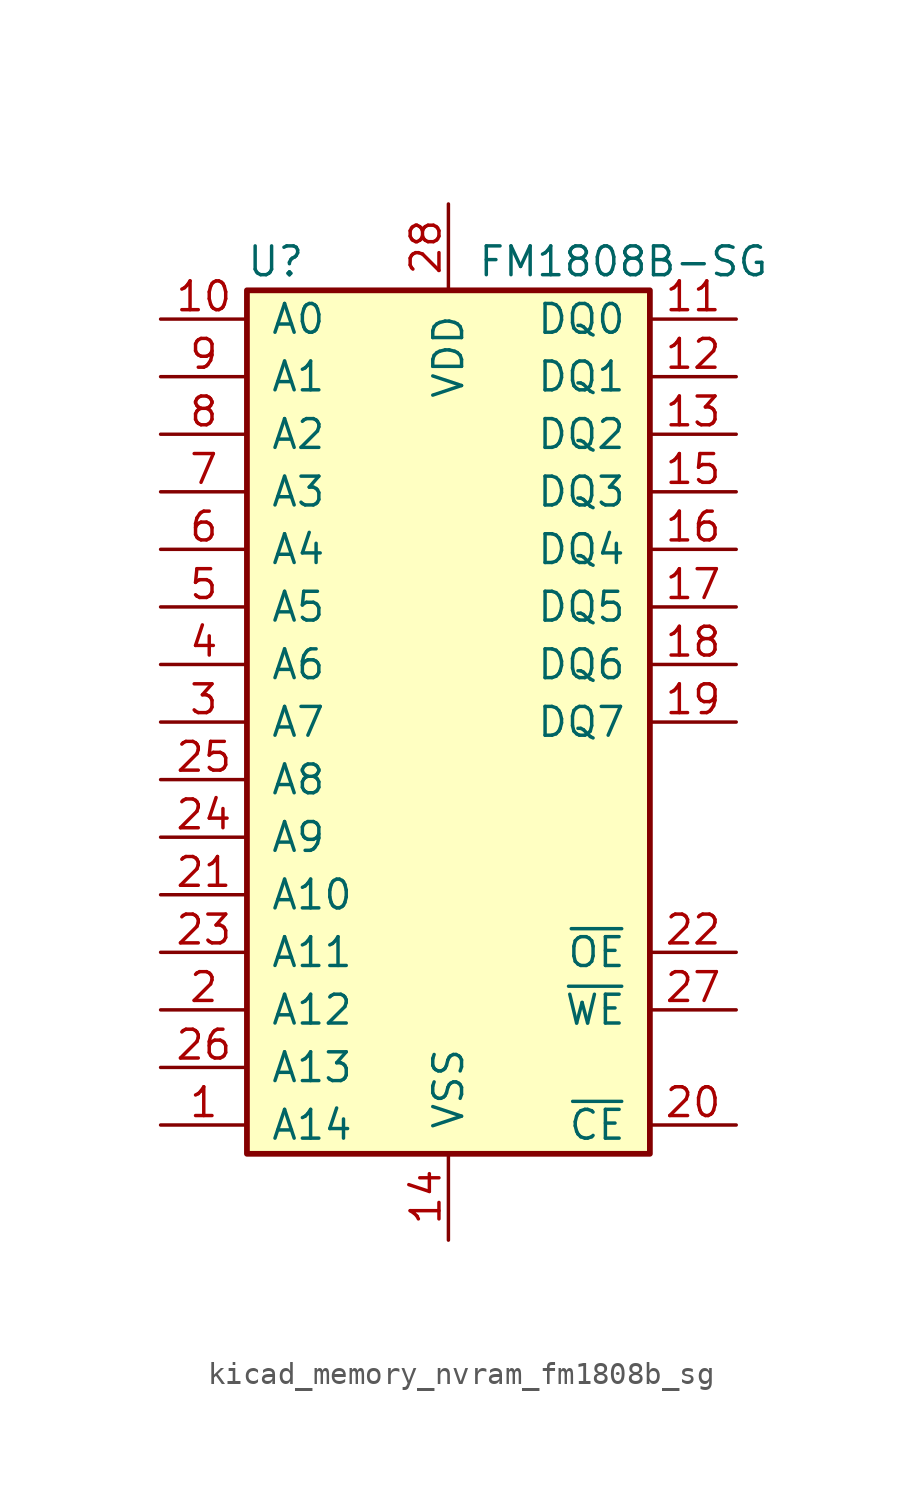
<source format=kicad_sym>
(kicad_symbol_lib
  (version 20220914)
  (generator kicad_symbol_editor)
  (symbol "kicad_memory_nvram_fm1808b_sg"
    (pin_names
      (offset 1.016))
    (property "Reference" "U"
      (at -7.62 20.32 0)
      (effects (font (size 1.27 1.27))))
    (property "Value" "FM1808B-SG"
      (at 1.27 20.32 0)
      (effects (font (size 1.27 1.27)) (justify left)))
    (symbol "kicad_memory_nvram_fm1808b_sg_0_1"
      (rectangle (start -8.89 19.05) (end 8.89 -19.05) (stroke (width 0.254) (type default)) (fill (type background))))
    (symbol "kicad_memory_nvram_fm1808b_sg_1_1"
      (pin input line (at -12.7 -17.78 0) (length 3.81) (name "A14" (effects (font (size 1.27 1.27)))) (number "1" (effects (font (size 1.27 1.27)))))
      (pin input line (at -12.7 17.78 0) (length 3.81) (name "A0" (effects (font (size 1.27 1.27)))) (number "10" (effects (font (size 1.27 1.27)))))
      (pin bidirectional line (at 12.7 17.78 180) (length 3.81) (name "DQ0" (effects (font (size 1.27 1.27)))) (number "11" (effects (font (size 1.27 1.27)))))
      (pin bidirectional line (at 12.7 15.24 180) (length 3.81) (name "DQ1" (effects (font (size 1.27 1.27)))) (number "12" (effects (font (size 1.27 1.27)))))
      (pin bidirectional line (at 12.7 12.7 180) (length 3.81) (name "DQ2" (effects (font (size 1.27 1.27)))) (number "13" (effects (font (size 1.27 1.27)))))
      (pin power_in line (at 0 -22.86 90) (length 3.81) (name "VSS" (effects (font (size 1.27 1.27)))) (number "14" (effects (font (size 1.27 1.27)))))
      (pin bidirectional line (at 12.7 10.16 180) (length 3.81) (name "DQ3" (effects (font (size 1.27 1.27)))) (number "15" (effects (font (size 1.27 1.27)))))
      (pin bidirectional line (at 12.7 7.62 180) (length 3.81) (name "DQ4" (effects (font (size 1.27 1.27)))) (number "16" (effects (font (size 1.27 1.27)))))
      (pin bidirectional line (at 12.7 5.08 180) (length 3.81) (name "DQ5" (effects (font (size 1.27 1.27)))) (number "17" (effects (font (size 1.27 1.27)))))
      (pin bidirectional line (at 12.7 2.54 180) (length 3.81) (name "DQ6" (effects (font (size 1.27 1.27)))) (number "18" (effects (font (size 1.27 1.27)))))
      (pin bidirectional line (at 12.7 0 180) (length 3.81) (name "DQ7" (effects (font (size 1.27 1.27)))) (number "19" (effects (font (size 1.27 1.27)))))
      (pin input line (at -12.7 -12.7 0) (length 3.81) (name "A12" (effects (font (size 1.27 1.27)))) (number "2" (effects (font (size 1.27 1.27)))))
      (pin input line (at 12.7 -17.78 180) (length 3.81) (name "~{CE}" (effects (font (size 1.27 1.27)))) (number "20" (effects (font (size 1.27 1.27)))))
      (pin input line (at -12.7 -7.62 0) (length 3.81) (name "A10" (effects (font (size 1.27 1.27)))) (number "21" (effects (font (size 1.27 1.27)))))
      (pin input line (at 12.7 -10.16 180) (length 3.81) (name "~{OE}" (effects (font (size 1.27 1.27)))) (number "22" (effects (font (size 1.27 1.27)))))
      (pin input line (at -12.7 -10.16 0) (length 3.81) (name "A11" (effects (font (size 1.27 1.27)))) (number "23" (effects (font (size 1.27 1.27)))))
      (pin input line (at -12.7 -5.08 0) (length 3.81) (name "A9" (effects (font (size 1.27 1.27)))) (number "24" (effects (font (size 1.27 1.27)))))
      (pin input line (at -12.7 -2.54 0) (length 3.81) (name "A8" (effects (font (size 1.27 1.27)))) (number "25" (effects (font (size 1.27 1.27)))))
      (pin input line (at -12.7 -15.24 0) (length 3.81) (name "A13" (effects (font (size 1.27 1.27)))) (number "26" (effects (font (size 1.27 1.27)))))
      (pin input line (at 12.7 -12.7 180) (length 3.81) (name "~{WE}" (effects (font (size 1.27 1.27)))) (number "27" (effects (font (size 1.27 1.27)))))
      (pin power_in line (at 0 22.86 270) (length 3.81) (name "VDD" (effects (font (size 1.27 1.27)))) (number "28" (effects (font (size 1.27 1.27)))))
      (pin input line (at -12.7 0 0) (length 3.81) (name "A7" (effects (font (size 1.27 1.27)))) (number "3" (effects (font (size 1.27 1.27)))))
      (pin input line (at -12.7 2.54 0) (length 3.81) (name "A6" (effects (font (size 1.27 1.27)))) (number "4" (effects (font (size 1.27 1.27)))))
      (pin input line (at -12.7 5.08 0) (length 3.81) (name "A5" (effects (font (size 1.27 1.27)))) (number "5" (effects (font (size 1.27 1.27)))))
      (pin input line (at -12.7 7.62 0) (length 3.81) (name "A4" (effects (font (size 1.27 1.27)))) (number "6" (effects (font (size 1.27 1.27)))))
      (pin input line (at -12.7 10.16 0) (length 3.81) (name "A3" (effects (font (size 1.27 1.27)))) (number "7" (effects (font (size 1.27 1.27)))))
      (pin input line (at -12.7 12.7 0) (length 3.81) (name "A2" (effects (font (size 1.27 1.27)))) (number "8" (effects (font (size 1.27 1.27)))))
      (pin input line (at -12.7 15.24 0) (length 3.81) (name "A1" (effects (font (size 1.27 1.27)))) (number "9" (effects (font (size 1.27 1.27))))))))
</source>
